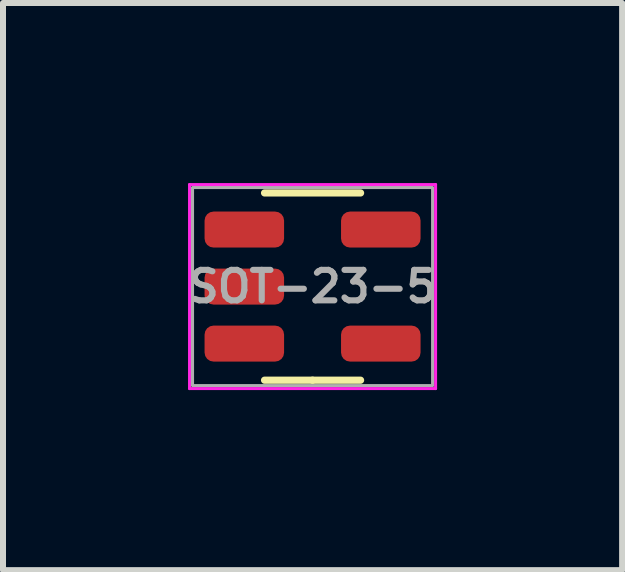
<source format=kicad_pcb>
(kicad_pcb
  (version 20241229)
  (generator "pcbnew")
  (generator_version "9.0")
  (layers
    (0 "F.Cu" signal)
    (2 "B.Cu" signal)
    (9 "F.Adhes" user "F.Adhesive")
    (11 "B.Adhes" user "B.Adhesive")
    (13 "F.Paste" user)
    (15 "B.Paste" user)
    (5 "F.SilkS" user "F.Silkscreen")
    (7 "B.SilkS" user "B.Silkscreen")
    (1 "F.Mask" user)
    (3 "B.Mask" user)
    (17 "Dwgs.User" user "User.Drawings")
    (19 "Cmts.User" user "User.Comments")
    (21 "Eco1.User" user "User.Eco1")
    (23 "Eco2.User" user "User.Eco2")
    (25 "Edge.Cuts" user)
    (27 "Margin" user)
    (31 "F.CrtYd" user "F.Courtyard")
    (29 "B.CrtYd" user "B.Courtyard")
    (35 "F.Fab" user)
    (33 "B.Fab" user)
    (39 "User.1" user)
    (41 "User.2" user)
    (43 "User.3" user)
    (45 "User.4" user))
  (footprint "SOT-23-5"
    (layer "F.Cu")
    (at 2.158 1.725)
    (property "Reference" "SOT-23-5" (at 0 0 0) (layer "F.Fab") (effects (font (size 0.508 0.508) (thickness 0.102))))
    (attr smd)
    (fp_line (start 0 1.56) (end -0.8 1.56) (stroke (width 0.12) (type solid)) (layer "F.SilkS"))
    (fp_line (start 0 1.56) (end 0.8 1.56) (stroke (width 0.12) (type solid)) (layer "F.SilkS"))
    (fp_line (start 0.8 -1.56) (end -0.8 -1.56) (stroke (width 0.12) (type solid)) (layer "F.SilkS"))
    (fp_line (start -2.05 -1.7) (end -2.05 1.7) (stroke (width 0.05) (type solid)) (layer "F.CrtYd"))
    (fp_line (start -2.05 1.7) (end 2.05 1.7) (stroke (width 0.05) (type solid)) (layer "F.CrtYd"))
    (fp_line (start 2.05 -1.7) (end -2.05 -1.7) (stroke (width 0.05) (type solid)) (layer "F.CrtYd"))
    (fp_line (start 2.05 1.7) (end 2.05 -1.7) (stroke (width 0.05) (type solid)) (layer "F.CrtYd"))
    (fp_rect (start -2 -1.65) (end 2 1.65) (stroke (width 0.051) (type solid)) (fill no) (layer "F.Fab"))
    (pad "1" smd roundrect (at -1.137 -0.95) (size 1.325 0.6) (layers "F.Cu" "F.Mask" "F.Paste") (roundrect_rratio 0.25))
    (pad "2" smd roundrect (at -1.137 0) (size 1.325 0.6) (layers "F.Cu" "F.Mask" "F.Paste") (roundrect_rratio 0.25))
    (pad "3" smd roundrect (at -1.137 0.95) (size 1.325 0.6) (layers "F.Cu" "F.Mask" "F.Paste") (roundrect_rratio 0.25))
    (pad "4" smd roundrect (at 1.137 0.95) (size 1.325 0.6) (layers "F.Cu" "F.Mask" "F.Paste") (roundrect_rratio 0.25))
    (pad "5" smd roundrect (at 1.137 -0.95) (size 1.325 0.6) (layers "F.Cu" "F.Mask" "F.Paste") (roundrect_rratio 0.25)))
  (gr_rect
    (start -3 -3)
    (end 7.316 6.45)
    (stroke (width 0.1) (type default))
    (fill no)
    (layer "Edge.Cuts")))
</source>
